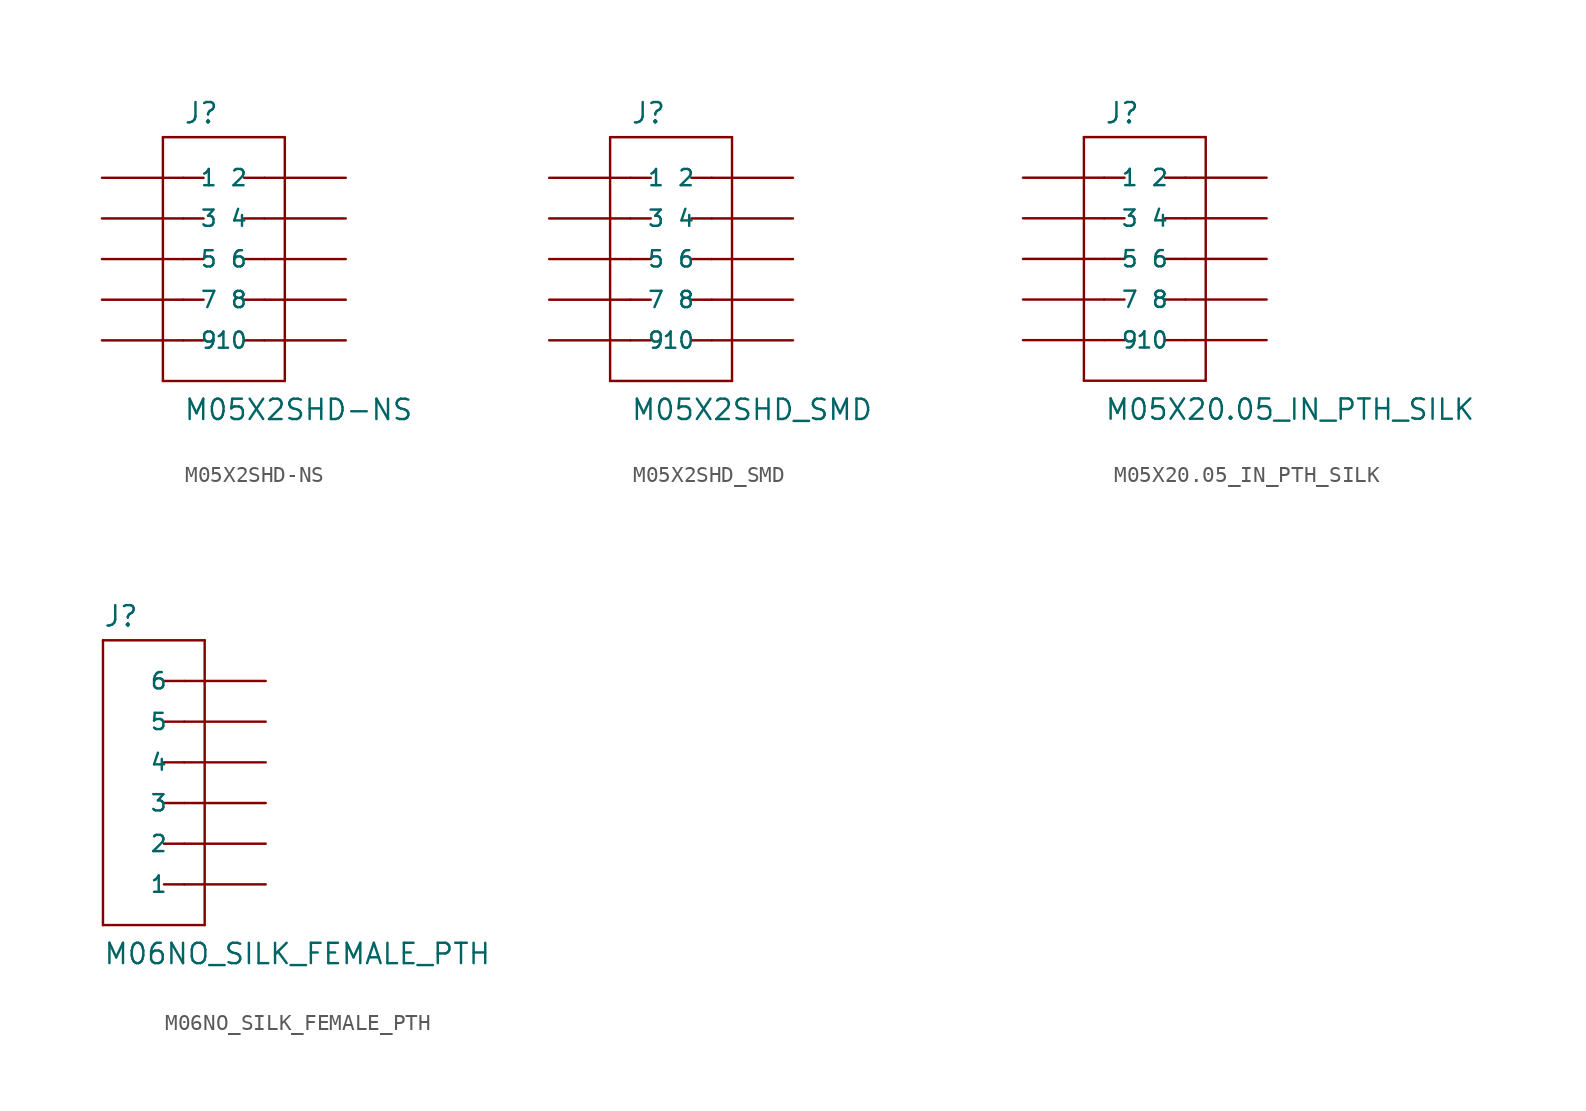
<source format=kicad_sym>
(kicad_symbol_lib
  (version 20211014)
  (generator kicad_symbol_editor)
  (symbol "M05X2SHD-NS"
    (pin_numbers hide)
    (pin_names
      (offset 1.016))
    (property "Reference" "J"
      (at -2.54 8.382 0)
      (effects (font (size 1.27 1.27)) (justify left bottom)))
    (property "Value" "M05X2SHD-NS"
      (at -2.54 -10.16 0)
      (effects (font (size 1.27 1.27)) (justify left bottom)))
    (property "Datasheet" ""
      (at 0 0 0)
      (effects (font (size 1.524 1.524))))
    (property "ki_locked" ""
      (at 0 0 0)
      (effects (font (size 1.27 1.27))))
    (symbol "M05X2SHD-NS_1_0"
      (polyline (pts (xy -3.81 7.62) (xy -3.81 -7.62)) (stroke (width 0) (type default) (color 0 0 0 0)) (fill (type none)))
      (polyline (pts (xy -3.81 7.62) (xy 3.81 7.62)) (stroke (width 0) (type default) (color 0 0 0 0)) (fill (type none)))
      (polyline (pts (xy -1.27 -5.08) (xy -2.54 -5.08)) (stroke (width 0) (type default) (color 0 0 0 0)) (fill (type none)))
      (polyline (pts (xy -1.27 -2.54) (xy -2.54 -2.54)) (stroke (width 0) (type default) (color 0 0 0 0)) (fill (type none)))
      (polyline (pts (xy -1.27 0) (xy -2.54 0)) (stroke (width 0) (type default) (color 0 0 0 0)) (fill (type none)))
      (polyline (pts (xy -1.27 2.54) (xy -2.54 2.54)) (stroke (width 0) (type default) (color 0 0 0 0)) (fill (type none)))
      (polyline (pts (xy -1.27 5.08) (xy -2.54 5.08)) (stroke (width 0) (type default) (color 0 0 0 0)) (fill (type none)))
      (polyline (pts (xy 1.27 -5.08) (xy 2.54 -5.08)) (stroke (width 0) (type default) (color 0 0 0 0)) (fill (type none)))
      (polyline (pts (xy 1.27 -2.54) (xy 2.54 -2.54)) (stroke (width 0) (type default) (color 0 0 0 0)) (fill (type none)))
      (polyline (pts (xy 1.27 0) (xy 2.54 0)) (stroke (width 0) (type default) (color 0 0 0 0)) (fill (type none)))
      (polyline (pts (xy 1.27 2.54) (xy 2.54 2.54)) (stroke (width 0) (type default) (color 0 0 0 0)) (fill (type none)))
      (polyline (pts (xy 1.27 5.08) (xy 2.54 5.08)) (stroke (width 0) (type default) (color 0 0 0 0)) (fill (type none)))
      (polyline (pts (xy 3.81 -7.62) (xy -3.81 -7.62)) (stroke (width 0) (type default) (color 0 0 0 0)) (fill (type none)))
      (polyline (pts (xy 3.81 -7.62) (xy 3.81 7.62)) (stroke (width 0) (type default) (color 0 0 0 0)) (fill (type none))))
    (symbol "M05X2SHD-NS_1_1"
      (pin passive line (at -7.62 5.08 0) (length 5.08) (name "1" (effects (font (size 1.016 1.016)))) (number "1" (effects (font (size 1.016 1.016)))))
      (pin passive line (at 7.62 -5.08 180) (length 5.08) (name "10" (effects (font (size 1.016 1.016)))) (number "10" (effects (font (size 1.016 1.016)))))
      (pin passive line (at 7.62 5.08 180) (length 5.08) (name "2" (effects (font (size 1.016 1.016)))) (number "2" (effects (font (size 1.016 1.016)))))
      (pin passive line (at -7.62 2.54 0) (length 5.08) (name "3" (effects (font (size 1.016 1.016)))) (number "3" (effects (font (size 1.016 1.016)))))
      (pin passive line (at 7.62 2.54 180) (length 5.08) (name "4" (effects (font (size 1.016 1.016)))) (number "4" (effects (font (size 1.016 1.016)))))
      (pin passive line (at -7.62 0 0) (length 5.08) (name "5" (effects (font (size 1.016 1.016)))) (number "5" (effects (font (size 1.016 1.016)))))
      (pin passive line (at 7.62 0 180) (length 5.08) (name "6" (effects (font (size 1.016 1.016)))) (number "6" (effects (font (size 1.016 1.016)))))
      (pin passive line (at -7.62 -2.54 0) (length 5.08) (name "7" (effects (font (size 1.016 1.016)))) (number "7" (effects (font (size 1.016 1.016)))))
      (pin passive line (at 7.62 -2.54 180) (length 5.08) (name "8" (effects (font (size 1.016 1.016)))) (number "8" (effects (font (size 1.016 1.016)))))
      (pin passive line (at -7.62 -5.08 0) (length 5.08) (name "9" (effects (font (size 1.016 1.016)))) (number "9" (effects (font (size 1.016 1.016)))))))
  (symbol "M05X2SHD_SMD"
    (pin_numbers hide)
    (pin_names
      (offset 1.016))
    (property "Reference" "J"
      (at -2.54 8.382 0)
      (effects (font (size 1.27 1.27)) (justify left bottom)))
    (property "Value" "M05X2SHD_SMD"
      (at -2.54 -10.16 0)
      (effects (font (size 1.27 1.27)) (justify left bottom)))
    (property "Datasheet" ""
      (at 0 0 0)
      (effects (font (size 1.524 1.524))))
    (property "ki_locked" ""
      (at 0 0 0)
      (effects (font (size 1.27 1.27))))
    (symbol "M05X2SHD_SMD_1_0"
      (polyline (pts (xy -3.81 7.62) (xy -3.81 -7.62)) (stroke (width 0) (type default) (color 0 0 0 0)) (fill (type none)))
      (polyline (pts (xy -3.81 7.62) (xy 3.81 7.62)) (stroke (width 0) (type default) (color 0 0 0 0)) (fill (type none)))
      (polyline (pts (xy -1.27 -5.08) (xy -2.54 -5.08)) (stroke (width 0) (type default) (color 0 0 0 0)) (fill (type none)))
      (polyline (pts (xy -1.27 -2.54) (xy -2.54 -2.54)) (stroke (width 0) (type default) (color 0 0 0 0)) (fill (type none)))
      (polyline (pts (xy -1.27 0) (xy -2.54 0)) (stroke (width 0) (type default) (color 0 0 0 0)) (fill (type none)))
      (polyline (pts (xy -1.27 2.54) (xy -2.54 2.54)) (stroke (width 0) (type default) (color 0 0 0 0)) (fill (type none)))
      (polyline (pts (xy -1.27 5.08) (xy -2.54 5.08)) (stroke (width 0) (type default) (color 0 0 0 0)) (fill (type none)))
      (polyline (pts (xy 1.27 -5.08) (xy 2.54 -5.08)) (stroke (width 0) (type default) (color 0 0 0 0)) (fill (type none)))
      (polyline (pts (xy 1.27 -2.54) (xy 2.54 -2.54)) (stroke (width 0) (type default) (color 0 0 0 0)) (fill (type none)))
      (polyline (pts (xy 1.27 0) (xy 2.54 0)) (stroke (width 0) (type default) (color 0 0 0 0)) (fill (type none)))
      (polyline (pts (xy 1.27 2.54) (xy 2.54 2.54)) (stroke (width 0) (type default) (color 0 0 0 0)) (fill (type none)))
      (polyline (pts (xy 1.27 5.08) (xy 2.54 5.08)) (stroke (width 0) (type default) (color 0 0 0 0)) (fill (type none)))
      (polyline (pts (xy 3.81 -7.62) (xy -3.81 -7.62)) (stroke (width 0) (type default) (color 0 0 0 0)) (fill (type none)))
      (polyline (pts (xy 3.81 -7.62) (xy 3.81 7.62)) (stroke (width 0) (type default) (color 0 0 0 0)) (fill (type none))))
    (symbol "M05X2SHD_SMD_1_1"
      (pin passive line (at -7.62 5.08 0) (length 5.08) (name "1" (effects (font (size 1.016 1.016)))) (number "1" (effects (font (size 1.016 1.016)))))
      (pin passive line (at 7.62 -5.08 180) (length 5.08) (name "10" (effects (font (size 1.016 1.016)))) (number "10" (effects (font (size 1.016 1.016)))))
      (pin passive line (at 7.62 5.08 180) (length 5.08) (name "2" (effects (font (size 1.016 1.016)))) (number "2" (effects (font (size 1.016 1.016)))))
      (pin passive line (at -7.62 2.54 0) (length 5.08) (name "3" (effects (font (size 1.016 1.016)))) (number "3" (effects (font (size 1.016 1.016)))))
      (pin passive line (at 7.62 2.54 180) (length 5.08) (name "4" (effects (font (size 1.016 1.016)))) (number "4" (effects (font (size 1.016 1.016)))))
      (pin passive line (at -7.62 0 0) (length 5.08) (name "5" (effects (font (size 1.016 1.016)))) (number "5" (effects (font (size 1.016 1.016)))))
      (pin passive line (at 7.62 0 180) (length 5.08) (name "6" (effects (font (size 1.016 1.016)))) (number "6" (effects (font (size 1.016 1.016)))))
      (pin passive line (at -7.62 -2.54 0) (length 5.08) (name "7" (effects (font (size 1.016 1.016)))) (number "7" (effects (font (size 1.016 1.016)))))
      (pin passive line (at 7.62 -2.54 180) (length 5.08) (name "8" (effects (font (size 1.016 1.016)))) (number "8" (effects (font (size 1.016 1.016)))))
      (pin passive line (at -7.62 -5.08 0) (length 5.08) (name "9" (effects (font (size 1.016 1.016)))) (number "9" (effects (font (size 1.016 1.016)))))))
  (symbol "M05X20.05_IN_PTH_SILK"
    (pin_numbers hide)
    (pin_names
      (offset 1.016))
    (property "Reference" "J"
      (at -2.54 8.382 0)
      (effects (font (size 1.27 1.27)) (justify left bottom)))
    (property "Value" "M05X20.05_IN_PTH_SILK"
      (at -2.54 -10.16 0)
      (effects (font (size 1.27 1.27)) (justify left bottom)))
    (property "Datasheet" ""
      (at 0 0 0)
      (effects (font (size 1.524 1.524))))
    (property "ki_locked" ""
      (at 0 0 0)
      (effects (font (size 1.27 1.27))))
    (symbol "M05X20.05_IN_PTH_SILK_1_0"
      (polyline (pts (xy -3.81 7.62) (xy -3.81 -7.62)) (stroke (width 0) (type default) (color 0 0 0 0)) (fill (type none)))
      (polyline (pts (xy -3.81 7.62) (xy 3.81 7.62)) (stroke (width 0) (type default) (color 0 0 0 0)) (fill (type none)))
      (polyline (pts (xy -1.27 -5.08) (xy -2.54 -5.08)) (stroke (width 0) (type default) (color 0 0 0 0)) (fill (type none)))
      (polyline (pts (xy -1.27 -2.54) (xy -2.54 -2.54)) (stroke (width 0) (type default) (color 0 0 0 0)) (fill (type none)))
      (polyline (pts (xy -1.27 0) (xy -2.54 0)) (stroke (width 0) (type default) (color 0 0 0 0)) (fill (type none)))
      (polyline (pts (xy -1.27 2.54) (xy -2.54 2.54)) (stroke (width 0) (type default) (color 0 0 0 0)) (fill (type none)))
      (polyline (pts (xy -1.27 5.08) (xy -2.54 5.08)) (stroke (width 0) (type default) (color 0 0 0 0)) (fill (type none)))
      (polyline (pts (xy 1.27 -5.08) (xy 2.54 -5.08)) (stroke (width 0) (type default) (color 0 0 0 0)) (fill (type none)))
      (polyline (pts (xy 1.27 -2.54) (xy 2.54 -2.54)) (stroke (width 0) (type default) (color 0 0 0 0)) (fill (type none)))
      (polyline (pts (xy 1.27 0) (xy 2.54 0)) (stroke (width 0) (type default) (color 0 0 0 0)) (fill (type none)))
      (polyline (pts (xy 1.27 2.54) (xy 2.54 2.54)) (stroke (width 0) (type default) (color 0 0 0 0)) (fill (type none)))
      (polyline (pts (xy 1.27 5.08) (xy 2.54 5.08)) (stroke (width 0) (type default) (color 0 0 0 0)) (fill (type none)))
      (polyline (pts (xy 3.81 -7.62) (xy -3.81 -7.62)) (stroke (width 0) (type default) (color 0 0 0 0)) (fill (type none)))
      (polyline (pts (xy 3.81 -7.62) (xy 3.81 7.62)) (stroke (width 0) (type default) (color 0 0 0 0)) (fill (type none))))
    (symbol "M05X20.05_IN_PTH_SILK_1_1"
      (pin passive line (at -7.62 5.08 0) (length 5.08) (name "1" (effects (font (size 1.016 1.016)))) (number "1" (effects (font (size 1.016 1.016)))))
      (pin passive line (at 7.62 -5.08 180) (length 5.08) (name "10" (effects (font (size 1.016 1.016)))) (number "10" (effects (font (size 1.016 1.016)))))
      (pin passive line (at 7.62 5.08 180) (length 5.08) (name "2" (effects (font (size 1.016 1.016)))) (number "2" (effects (font (size 1.016 1.016)))))
      (pin passive line (at -7.62 2.54 0) (length 5.08) (name "3" (effects (font (size 1.016 1.016)))) (number "3" (effects (font (size 1.016 1.016)))))
      (pin passive line (at 7.62 2.54 180) (length 5.08) (name "4" (effects (font (size 1.016 1.016)))) (number "4" (effects (font (size 1.016 1.016)))))
      (pin passive line (at -7.62 0 0) (length 5.08) (name "5" (effects (font (size 1.016 1.016)))) (number "5" (effects (font (size 1.016 1.016)))))
      (pin passive line (at 7.62 0 180) (length 5.08) (name "6" (effects (font (size 1.016 1.016)))) (number "6" (effects (font (size 1.016 1.016)))))
      (pin passive line (at -7.62 -2.54 0) (length 5.08) (name "7" (effects (font (size 1.016 1.016)))) (number "7" (effects (font (size 1.016 1.016)))))
      (pin passive line (at 7.62 -2.54 180) (length 5.08) (name "8" (effects (font (size 1.016 1.016)))) (number "8" (effects (font (size 1.016 1.016)))))
      (pin passive line (at -7.62 -5.08 0) (length 5.08) (name "9" (effects (font (size 1.016 1.016)))) (number "9" (effects (font (size 1.016 1.016)))))))
  (symbol "M06NO_SILK_FEMALE_PTH"
    (pin_numbers hide)
    (pin_names
      (offset 1.016))
    (property "Reference" "J"
      (at -5.08 10.922 0)
      (effects (font (size 1.27 1.27)) (justify left bottom)))
    (property "Value" "M06NO_SILK_FEMALE_PTH"
      (at -5.08 -10.16 0)
      (effects (font (size 1.27 1.27)) (justify left bottom)))
    (property "Datasheet" ""
      (at 0 0 0)
      (effects (font (size 1.524 1.524))))
    (property "ki_locked" ""
      (at 0 0 0)
      (effects (font (size 1.27 1.27))))
    (symbol "M06NO_SILK_FEMALE_PTH_1_0"
      (polyline (pts (xy -5.08 10.16) (xy -5.08 -7.62)) (stroke (width 0) (type default) (color 0 0 0 0)) (fill (type none)))
      (polyline (pts (xy -5.08 10.16) (xy 1.27 10.16)) (stroke (width 0) (type default) (color 0 0 0 0)) (fill (type none)))
      (polyline (pts (xy -1.27 -5.08) (xy 0 -5.08)) (stroke (width 0) (type default) (color 0 0 0 0)) (fill (type none)))
      (polyline (pts (xy -1.27 -2.54) (xy 0 -2.54)) (stroke (width 0) (type default) (color 0 0 0 0)) (fill (type none)))
      (polyline (pts (xy -1.27 0) (xy 0 0)) (stroke (width 0) (type default) (color 0 0 0 0)) (fill (type none)))
      (polyline (pts (xy -1.27 2.54) (xy 0 2.54)) (stroke (width 0) (type default) (color 0 0 0 0)) (fill (type none)))
      (polyline (pts (xy -1.27 5.08) (xy 0 5.08)) (stroke (width 0) (type default) (color 0 0 0 0)) (fill (type none)))
      (polyline (pts (xy -1.27 7.62) (xy 0 7.62)) (stroke (width 0) (type default) (color 0 0 0 0)) (fill (type none)))
      (polyline (pts (xy 1.27 -7.62) (xy -5.08 -7.62)) (stroke (width 0) (type default) (color 0 0 0 0)) (fill (type none)))
      (polyline (pts (xy 1.27 -7.62) (xy 1.27 10.16)) (stroke (width 0) (type default) (color 0 0 0 0)) (fill (type none))))
    (symbol "M06NO_SILK_FEMALE_PTH_1_1"
      (pin passive line (at 5.08 -5.08 180) (length 5.08) (name "1" (effects (font (size 1.016 1.016)))) (number "1" (effects (font (size 1.016 1.016)))))
      (pin passive line (at 5.08 -2.54 180) (length 5.08) (name "2" (effects (font (size 1.016 1.016)))) (number "2" (effects (font (size 1.016 1.016)))))
      (pin passive line (at 5.08 0 180) (length 5.08) (name "3" (effects (font (size 1.016 1.016)))) (number "3" (effects (font (size 1.016 1.016)))))
      (pin passive line (at 5.08 2.54 180) (length 5.08) (name "4" (effects (font (size 1.016 1.016)))) (number "4" (effects (font (size 1.016 1.016)))))
      (pin passive line (at 5.08 5.08 180) (length 5.08) (name "5" (effects (font (size 1.016 1.016)))) (number "5" (effects (font (size 1.016 1.016)))))
      (pin passive line (at 5.08 7.62 180) (length 5.08) (name "6" (effects (font (size 1.016 1.016)))) (number "6" (effects (font (size 1.016 1.016))))))))
</source>
